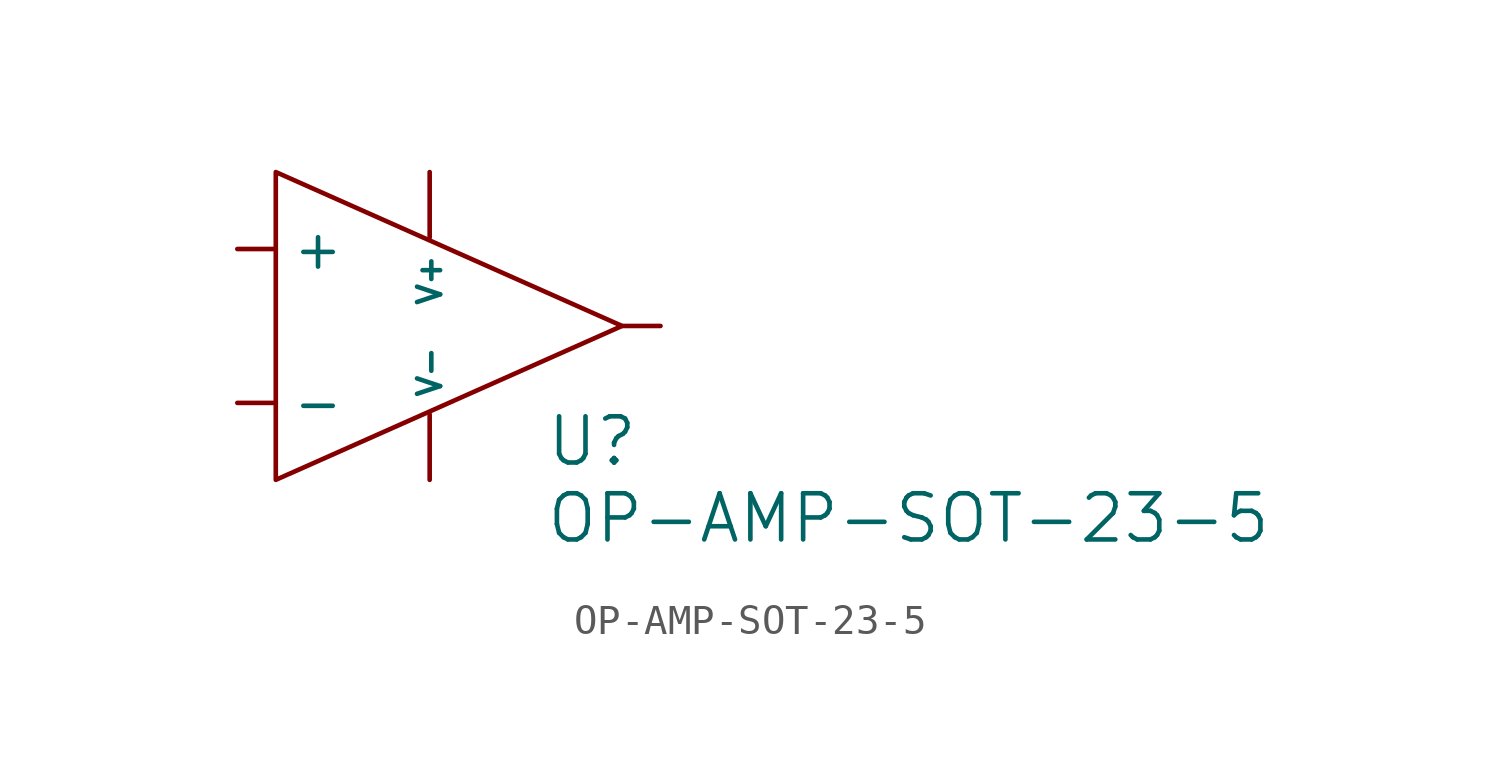
<source format=kicad_sym>
(kicad_symbol_lib
  (version 20211014)
  (generator kicad_symbol_editor)
  (symbol "OP-AMP-SOT-23-5"
    (pin_numbers hide)
    (property "Reference" "U"
      (at 6.35 -3.81 0)
      (effects (font (size 1.524 1.524)) (justify left)))
    (property "Value" "OP-AMP-SOT-23-5"
      (at 6.35 -6.35 0)
      (effects (font (size 1.524 1.524)) (justify left)))
    (symbol "OP-AMP-SOT-23-5_0_1"
      (polyline (pts (xy -2.54 5.08) (xy -2.54 -5.08) (xy 8.89 0) (xy -2.54 5.08)) (stroke (width 0) (type default) (color 0 0 0 0)) (fill (type none))))
    (symbol "OP-AMP-SOT-23-5_1_1"
      (pin passive line (at -3.81 2.54 0) (length 1.27) (name "+" (effects (font (size 1.27 1.27)))) (number "1" (effects (font (size 1.27 1.27)))))
      (pin power_in line (at 2.54 -5.08 90) (length 2.159) (name "V-" (effects (font (size 0.762 0.762)))) (number "2" (effects (font (size 1.27 1.27)))))
      (pin passive line (at -3.81 -2.54 0) (length 1.27) (name "-" (effects (font (size 1.27 1.27)))) (number "3" (effects (font (size 1.27 1.27)))))
      (pin power_out line (at 10.16 0 180) (length 1.27) (name "~" (effects (font (size 1.27 1.27)))) (number "4" (effects (font (size 1.27 1.27)))))
      (pin power_in line (at 2.54 5.08 270) (length 2.159) (name "V+" (effects (font (size 0.762 0.762)))) (number "5" (effects (font (size 1.27 1.27))))))))
</source>
